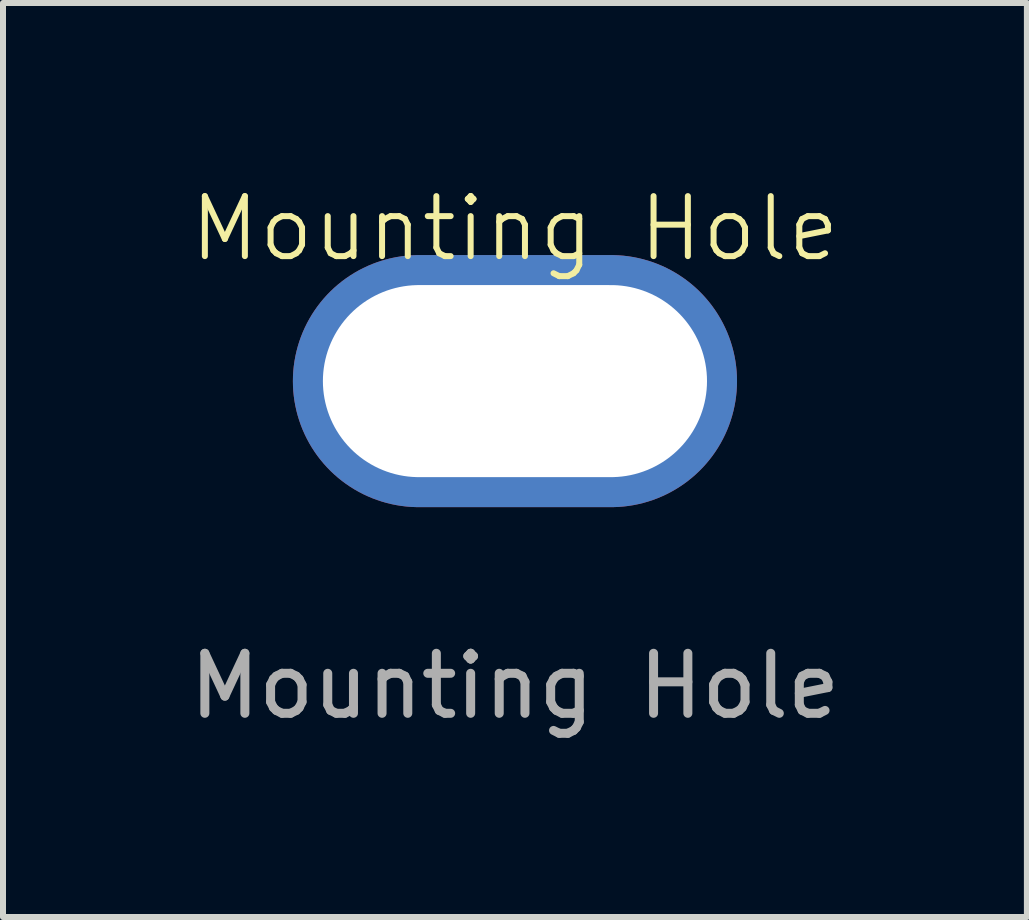
<source format=kicad_pcb>
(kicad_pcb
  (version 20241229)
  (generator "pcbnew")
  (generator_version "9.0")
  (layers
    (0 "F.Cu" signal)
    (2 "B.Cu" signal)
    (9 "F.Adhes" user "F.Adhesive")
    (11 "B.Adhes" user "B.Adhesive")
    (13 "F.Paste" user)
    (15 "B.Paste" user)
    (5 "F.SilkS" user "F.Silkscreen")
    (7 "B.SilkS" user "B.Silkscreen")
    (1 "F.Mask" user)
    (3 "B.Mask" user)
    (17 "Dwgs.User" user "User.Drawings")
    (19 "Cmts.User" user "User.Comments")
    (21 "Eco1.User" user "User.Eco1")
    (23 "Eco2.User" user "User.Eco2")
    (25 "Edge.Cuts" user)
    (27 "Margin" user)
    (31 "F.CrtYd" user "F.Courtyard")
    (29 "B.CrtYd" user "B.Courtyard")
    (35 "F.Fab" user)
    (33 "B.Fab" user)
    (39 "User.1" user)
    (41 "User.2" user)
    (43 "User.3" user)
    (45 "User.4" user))
  (footprint "Mounting Hole"
    (layer "F.Cu")
    (at 5.53 3.3)
    (property "Reference" "Mounting Hole" (at 0 -2.54 0) (unlocked yes) (layer "F.SilkS") (effects (font (size 1 1) (thickness 0.1))))
    (fp_text user "${REFERENCE}" (at 0 5.08 0) (unlocked yes) (layer "F.Fab") (effects (font (size 1 1) (thickness 0.15))))
    (pad "1" thru_hole oval (at 0 0 90) (size 4.2 7.4) (drill oval 3.2 6.4) (layers "*.Cu" "*.Mask")))
  (gr_rect
    (start -3 -3)
    (end 14.06 12.229)
    (stroke (width 0.1) (type default))
    (fill no)
    (layer "Edge.Cuts")))
</source>
